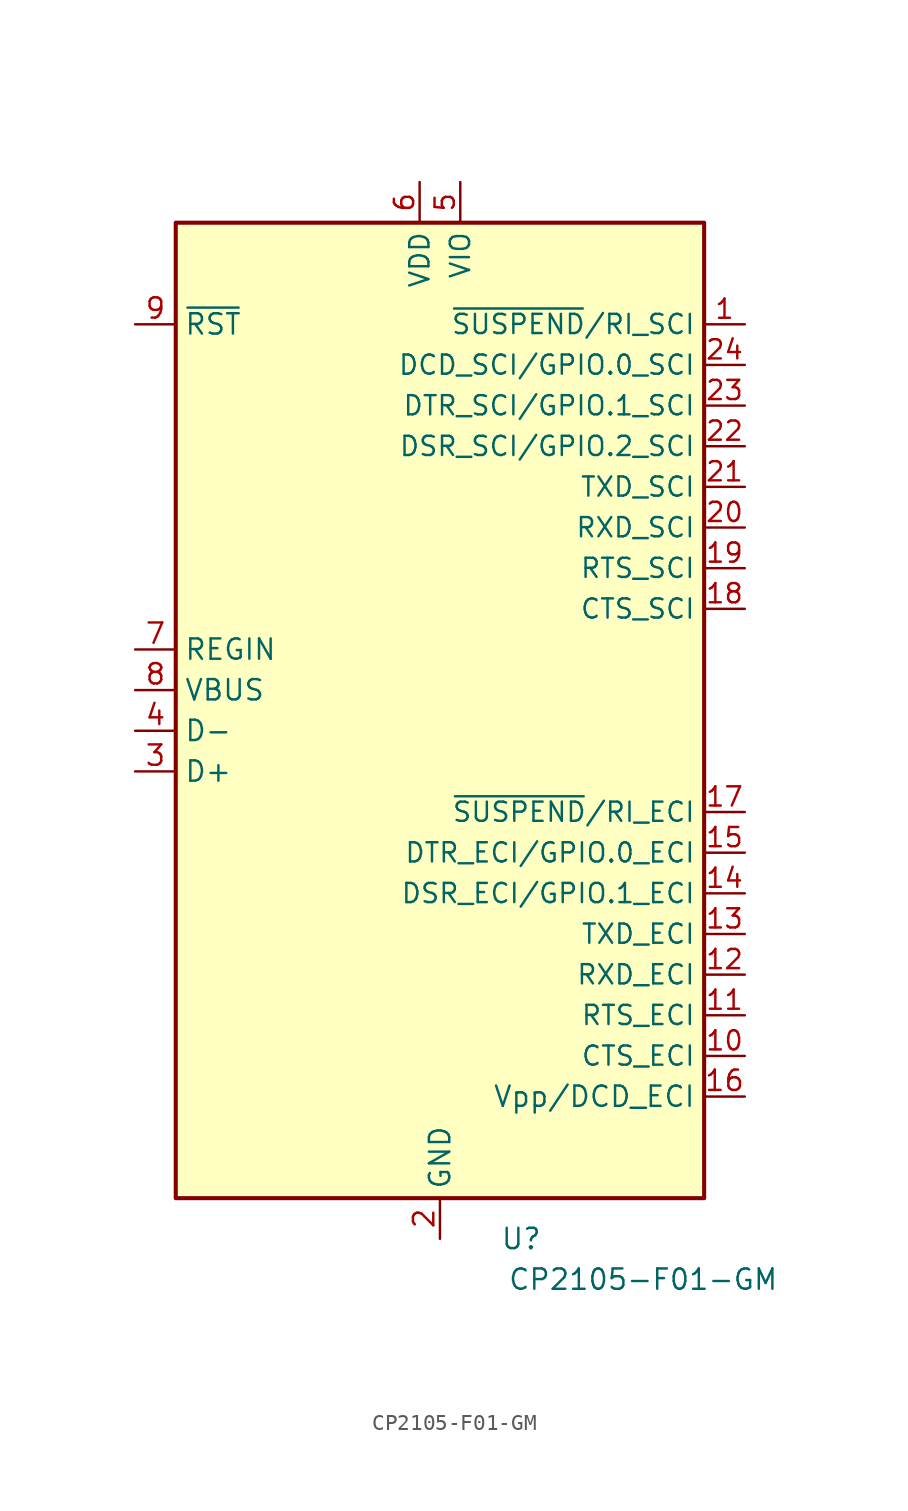
<source format=kicad_sym>
(kicad_symbol_lib
  (version 20211014)
  (generator kicad_symbol_editor)
  (symbol "CP2105-F01-GM"
    (property "Reference" "U"
      (at 5.08 -33.02 0)
      (effects (font (size 1.27 1.27))))
    (property "Value" "CP2105-F01-GM"
      (at 12.7 -35.56 0)
      (effects (font (size 1.27 1.27))))
    (symbol "CP2105-F01-GM_0_1"
      (rectangle (start -16.51 30.48) (end 16.51 -30.48) (stroke (width 0.254) (type default) (color 0 0 0 0)) (fill (type background))))
    (symbol "CP2105-F01-GM_1_1"
      (pin bidirectional line (at 19.05 24.13 180) (length 2.54) (name "~{SUSPEND}/RI_SCI" (effects (font (size 1.2 1.2)))) (number "1" (effects (font (size 1.2 1.2)))))
      (pin input line (at 19.05 -21.59 180) (length 2.54) (name "CTS_ECI" (effects (font (size 1.2 1.2)))) (number "10" (effects (font (size 1.2 1.2)))))
      (pin output line (at 19.05 -19.05 180) (length 2.54) (name "RTS_ECI" (effects (font (size 1.2 1.2)))) (number "11" (effects (font (size 1.2 1.2)))))
      (pin input line (at 19.05 -16.51 180) (length 2.54) (name "RXD_ECI" (effects (font (size 1.2 1.2)))) (number "12" (effects (font (size 1.2 1.2)))))
      (pin output line (at 19.05 -13.97 180) (length 2.54) (name "TXD_ECI" (effects (font (size 1.2 1.2)))) (number "13" (effects (font (size 1.2 1.2)))))
      (pin bidirectional line (at 19.05 -11.43 180) (length 2.54) (name "DSR_ECI/GPIO.1_ECI" (effects (font (size 1.2 1.2)))) (number "14" (effects (font (size 1.2 1.2)))))
      (pin bidirectional line (at 19.05 -8.89 180) (length 2.54) (name "DTR_ECI/GPIO.0_ECI" (effects (font (size 1.2 1.2)))) (number "15" (effects (font (size 1.2 1.2)))))
      (pin bidirectional line (at 19.05 -24.13 180) (length 2.54) (name "Vpp/DCD_ECI" (effects (font (size 1.27 1.27)))) (number "16" (effects (font (size 1.27 1.27)))))
      (pin bidirectional line (at 19.05 -6.35 180) (length 2.54) (name "~{SUSPEND}/RI_ECI" (effects (font (size 1.2 1.2)))) (number "17" (effects (font (size 1.2 1.2)))))
      (pin input line (at 19.05 6.35 180) (length 2.54) (name "CTS_SCI" (effects (font (size 1.2 1.2)))) (number "18" (effects (font (size 1.2 1.2)))))
      (pin output line (at 19.05 8.89 180) (length 2.54) (name "RTS_SCI" (effects (font (size 1.2 1.2)))) (number "19" (effects (font (size 1.2 1.2)))))
      (pin power_in line (at 0 -33.02 90) (length 2.54) (name "GND" (effects (font (size 1.27 1.27)))) (number "2" (effects (font (size 1.27 1.27)))))
      (pin input line (at 19.05 11.43 180) (length 2.54) (name "RXD_SCI" (effects (font (size 1.2 1.2)))) (number "20" (effects (font (size 1.2 1.2)))))
      (pin output line (at 19.05 13.97 180) (length 2.54) (name "TXD_SCI" (effects (font (size 1.2 1.2)))) (number "21" (effects (font (size 1.2 1.2)))))
      (pin bidirectional line (at 19.05 16.51 180) (length 2.54) (name "DSR_SCI/GPIO.2_SCI" (effects (font (size 1.2 1.2)))) (number "22" (effects (font (size 1.2 1.2)))))
      (pin bidirectional line (at 19.05 19.05 180) (length 2.54) (name "DTR_SCI/GPIO.1_SCI" (effects (font (size 1.2 1.2)))) (number "23" (effects (font (size 1.2 1.2)))))
      (pin bidirectional line (at 19.05 21.59 180) (length 2.54) (name "DCD_SCI/GPIO.0_SCI" (effects (font (size 1.2 1.2)))) (number "24" (effects (font (size 1.2 1.2)))))
      (pin passive line (at 0 -33.02 90) (length 2.54) hide (name "GND" (effects (font (size 1.27 1.27)))) (number "25" (effects (font (size 1.27 1.27)))))
      (pin bidirectional line (at -19.05 -3.81 0) (length 2.54) (name "D+" (effects (font (size 1.27 1.27)))) (number "3" (effects (font (size 1.27 1.27)))))
      (pin bidirectional line (at -19.05 -1.27 0) (length 2.54) (name "D-" (effects (font (size 1.27 1.27)))) (number "4" (effects (font (size 1.27 1.27)))))
      (pin power_in line (at 1.27 33.02 270) (length 2.54) (name "VIO" (effects (font (size 1.2 1.2)))) (number "5" (effects (font (size 1.2 1.2)))))
      (pin power_in line (at -1.27 33.02 270) (length 2.54) (name "VDD" (effects (font (size 1.2 1.2)))) (number "6" (effects (font (size 1.2 1.2)))))
      (pin power_in line (at -19.05 3.81 0) (length 2.54) (name "REGIN" (effects (font (size 1.27 1.27)))) (number "7" (effects (font (size 1.27 1.27)))))
      (pin input line (at -19.05 1.27 0) (length 2.54) (name "VBUS" (effects (font (size 1.27 1.27)))) (number "8" (effects (font (size 1.27 1.27)))))
      (pin input line (at -19.05 24.13 0) (length 2.54) (name "~{RST}" (effects (font (size 1.27 1.27)))) (number "9" (effects (font (size 1.27 1.27))))))))
</source>
